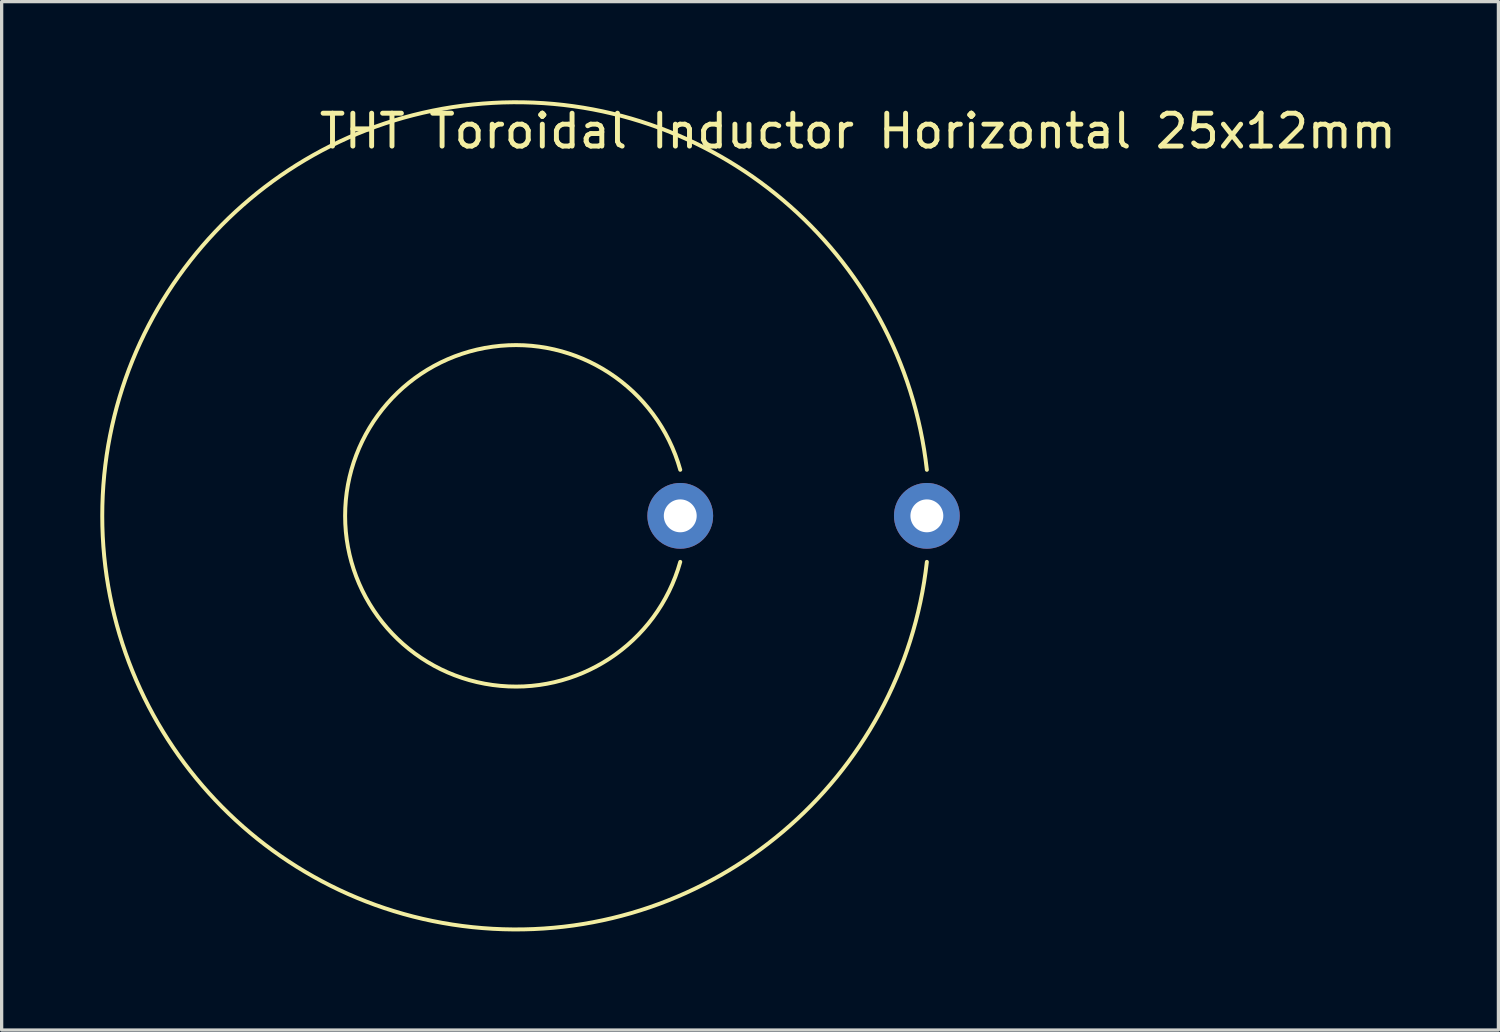
<source format=kicad_pcb>
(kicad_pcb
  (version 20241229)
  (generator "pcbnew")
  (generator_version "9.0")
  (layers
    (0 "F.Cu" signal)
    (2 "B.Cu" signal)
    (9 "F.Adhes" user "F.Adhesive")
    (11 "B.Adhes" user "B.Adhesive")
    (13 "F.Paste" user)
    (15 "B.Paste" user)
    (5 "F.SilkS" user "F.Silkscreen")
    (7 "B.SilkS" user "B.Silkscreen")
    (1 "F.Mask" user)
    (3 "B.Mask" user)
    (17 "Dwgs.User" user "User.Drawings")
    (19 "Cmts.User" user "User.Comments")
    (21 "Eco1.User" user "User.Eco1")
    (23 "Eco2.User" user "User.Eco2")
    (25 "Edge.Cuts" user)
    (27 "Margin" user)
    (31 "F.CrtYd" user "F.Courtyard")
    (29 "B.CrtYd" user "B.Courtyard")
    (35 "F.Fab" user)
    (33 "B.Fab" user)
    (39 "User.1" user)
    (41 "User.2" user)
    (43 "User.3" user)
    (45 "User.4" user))
  (footprint "THT Toroidal Inductor Horizontal 25x12mm"
    (layer "F.Cu")
    (at 12.638 12.638)
    (property "Reference" "THT Toroidal Inductor Horizontal 25x12mm" (at 10.4 -11.7 0) (layer "F.SilkS") (effects (font (size 1 1) (thickness 0.15))))
    (attr through_hole)
    (fp_arc (start 4.999999 1.4) (mid -5.192301 0) (end 4.999999 -1.399999) (stroke (width 0.12) (type solid)) (layer "F.SilkS"))
    (fp_arc (start 12.499999 1.400001) (mid -12.578155 -0.000001) (end 12.499999 -1.399999) (stroke (width 0.12) (type solid)) (layer "F.SilkS"))
    (pad "1" thru_hole circle (at 12.5 0) (size 2 2) (drill 1) (layers "*.Cu" "*.Mask"))
    (pad "2" thru_hole circle (at 5 0) (size 2 2) (drill 1) (layers "*.Cu" "*.Mask")))
  (gr_rect
    (start -3 -3)
    (end 42.52 28.276)
    (stroke (width 0.1) (type default))
    (fill no)
    (layer "Edge.Cuts")))
</source>
